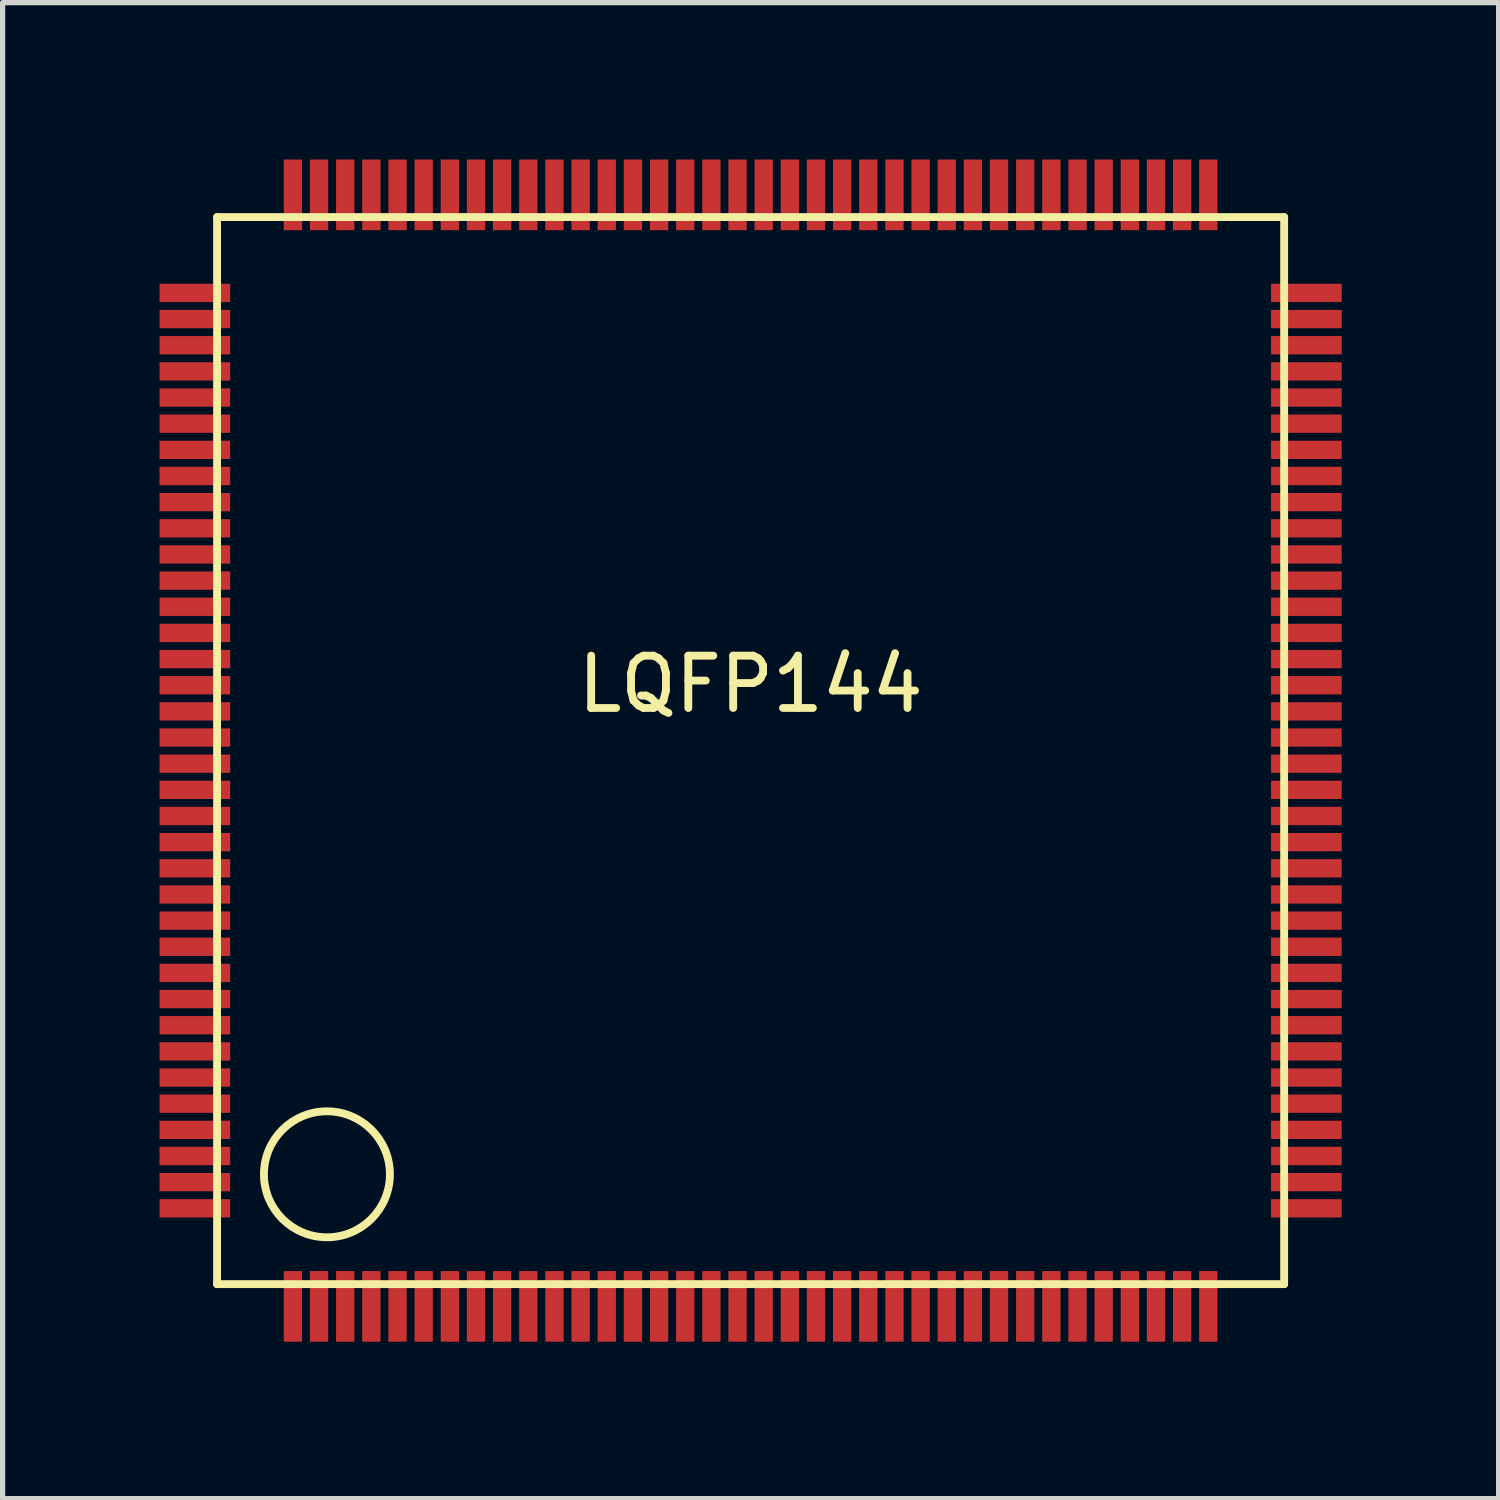
<source format=kicad_pcb>
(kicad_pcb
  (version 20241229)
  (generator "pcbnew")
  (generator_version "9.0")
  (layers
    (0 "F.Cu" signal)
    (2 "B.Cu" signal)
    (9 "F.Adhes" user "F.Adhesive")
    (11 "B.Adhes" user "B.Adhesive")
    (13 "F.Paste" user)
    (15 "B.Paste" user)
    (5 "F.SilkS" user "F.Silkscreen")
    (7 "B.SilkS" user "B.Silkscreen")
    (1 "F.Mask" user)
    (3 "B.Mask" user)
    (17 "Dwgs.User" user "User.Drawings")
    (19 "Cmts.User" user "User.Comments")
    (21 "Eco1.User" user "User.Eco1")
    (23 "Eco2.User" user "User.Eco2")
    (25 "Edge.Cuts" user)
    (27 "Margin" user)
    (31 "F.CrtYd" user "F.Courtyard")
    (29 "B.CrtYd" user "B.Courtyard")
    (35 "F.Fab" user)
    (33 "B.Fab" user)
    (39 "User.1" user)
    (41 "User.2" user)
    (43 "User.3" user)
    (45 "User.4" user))
  (footprint "LQFP144"
    (layer "F.Cu")
    (at 11.3 11.3)
    (property "Reference" "LQFP144" (at 0 -1.27 0) (layer "F.SilkS") (effects (font (size 1 1) (thickness 0.15))))
    (attr through_hole)
    (fp_line (start -10.2 -10.2) (end 10.2 -10.2) (stroke (width 0.15) (type solid)) (layer "F.SilkS"))
    (fp_line (start -10.2 10.2) (end -10.2 -10.2) (stroke (width 0.15) (type solid)) (layer "F.SilkS"))
    (fp_line (start 10.2 -10.2) (end 10.2 10.2) (stroke (width 0.15) (type solid)) (layer "F.SilkS"))
    (fp_line (start 10.2 10.2) (end -10.2 10.2) (stroke (width 0.15) (type solid)) (layer "F.SilkS"))
    (fp_circle (center -8.1 8.1) (end -7.3 9) (stroke (width 0.15) (type solid)) (fill no) (layer "F.SilkS"))
    (pad "1" smd rect (at -8.75 10.625) (size 0.35 1.35) (layers "F.Cu" "F.Mask" "F.Paste"))
    (pad "2" smd rect (at -8.25 10.625) (size 0.35 1.35) (layers "F.Cu" "F.Mask" "F.Paste"))
    (pad "3" smd rect (at -7.75 10.625) (size 0.35 1.35) (layers "F.Cu" "F.Mask" "F.Paste"))
    (pad "4" smd rect (at -7.25 10.625) (size 0.35 1.35) (layers "F.Cu" "F.Mask" "F.Paste"))
    (pad "5" smd rect (at -6.75 10.625) (size 0.35 1.35) (layers "F.Cu" "F.Mask" "F.Paste"))
    (pad "6" smd rect (at -6.25 10.625) (size 0.35 1.35) (layers "F.Cu" "F.Mask" "F.Paste"))
    (pad "7" smd rect (at -5.75 10.625) (size 0.35 1.35) (layers "F.Cu" "F.Mask" "F.Paste"))
    (pad "8" smd rect (at -5.25 10.625) (size 0.35 1.35) (layers "F.Cu" "F.Mask" "F.Paste"))
    (pad "9" smd rect (at -4.75 10.625) (size 0.35 1.35) (layers "F.Cu" "F.Mask" "F.Paste"))
    (pad "10" smd rect (at -4.25 10.625) (size 0.35 1.35) (layers "F.Cu" "F.Mask" "F.Paste"))
    (pad "11" smd rect (at -3.75 10.625) (size 0.35 1.35) (layers "F.Cu" "F.Mask" "F.Paste"))
    (pad "12" smd rect (at -3.25 10.625) (size 0.35 1.35) (layers "F.Cu" "F.Mask" "F.Paste"))
    (pad "13" smd rect (at -2.75 10.625) (size 0.35 1.35) (layers "F.Cu" "F.Mask" "F.Paste"))
    (pad "14" smd rect (at -2.25 10.625) (size 0.35 1.35) (layers "F.Cu" "F.Mask" "F.Paste"))
    (pad "15" smd rect (at -1.75 10.625) (size 0.35 1.35) (layers "F.Cu" "F.Mask" "F.Paste"))
    (pad "16" smd rect (at -1.25 10.625) (size 0.35 1.35) (layers "F.Cu" "F.Mask" "F.Paste"))
    (pad "17" smd rect (at -0.75 10.625) (size 0.35 1.35) (layers "F.Cu" "F.Mask" "F.Paste"))
    (pad "18" smd rect (at -0.25 10.625) (size 0.35 1.35) (layers "F.Cu" "F.Mask" "F.Paste"))
    (pad "19" smd rect (at 0.25 10.625) (size 0.35 1.35) (layers "F.Cu" "F.Mask" "F.Paste"))
    (pad "20" smd rect (at 0.75 10.625) (size 0.35 1.35) (layers "F.Cu" "F.Mask" "F.Paste"))
    (pad "21" smd rect (at 1.25 10.625) (size 0.35 1.35) (layers "F.Cu" "F.Mask" "F.Paste"))
    (pad "22" smd rect (at 1.75 10.625) (size 0.35 1.35) (layers "F.Cu" "F.Mask" "F.Paste"))
    (pad "23" smd rect (at 2.25 10.625) (size 0.35 1.35) (layers "F.Cu" "F.Mask" "F.Paste"))
    (pad "24" smd rect (at 2.75 10.625) (size 0.35 1.35) (layers "F.Cu" "F.Mask" "F.Paste"))
    (pad "25" smd rect (at 3.25 10.625) (size 0.35 1.35) (layers "F.Cu" "F.Mask" "F.Paste"))
    (pad "26" smd rect (at 3.75 10.625) (size 0.35 1.35) (layers "F.Cu" "F.Mask" "F.Paste"))
    (pad "27" smd rect (at 4.25 10.625) (size 0.35 1.35) (layers "F.Cu" "F.Mask" "F.Paste"))
    (pad "28" smd rect (at 4.75 10.625) (size 0.35 1.35) (layers "F.Cu" "F.Mask" "F.Paste"))
    (pad "29" smd rect (at 5.25 10.625) (size 0.35 1.35) (layers "F.Cu" "F.Mask" "F.Paste"))
    (pad "30" smd rect (at 5.75 10.625) (size 0.35 1.35) (layers "F.Cu" "F.Mask" "F.Paste"))
    (pad "31" smd rect (at 6.25 10.625) (size 0.35 1.35) (layers "F.Cu" "F.Mask" "F.Paste"))
    (pad "32" smd rect (at 6.75 10.625) (size 0.35 1.35) (layers "F.Cu" "F.Mask" "F.Paste"))
    (pad "33" smd rect (at 7.25 10.625) (size 0.35 1.35) (layers "F.Cu" "F.Mask" "F.Paste"))
    (pad "34" smd rect (at 7.75 10.625) (size 0.35 1.35) (layers "F.Cu" "F.Mask" "F.Paste"))
    (pad "35" smd rect (at 8.25 10.625) (size 0.35 1.35) (layers "F.Cu" "F.Mask" "F.Paste"))
    (pad "36" smd rect (at 8.75 10.625) (size 0.35 1.35) (layers "F.Cu" "F.Mask" "F.Paste"))
    (pad "37" smd rect (at 10.625 8.75) (size 1.35 0.35) (layers "F.Cu" "F.Mask" "F.Paste"))
    (pad "38" smd rect (at 10.625 8.25) (size 1.35 0.35) (layers "F.Cu" "F.Mask" "F.Paste"))
    (pad "39" smd rect (at 10.625 7.75) (size 1.35 0.35) (layers "F.Cu" "F.Mask" "F.Paste"))
    (pad "40" smd rect (at 10.625 7.25) (size 1.35 0.35) (layers "F.Cu" "F.Mask" "F.Paste"))
    (pad "41" smd rect (at 10.625 6.75) (size 1.35 0.35) (layers "F.Cu" "F.Mask" "F.Paste"))
    (pad "42" smd rect (at 10.625 6.25) (size 1.35 0.35) (layers "F.Cu" "F.Mask" "F.Paste"))
    (pad "43" smd rect (at 10.625 5.75) (size 1.35 0.35) (layers "F.Cu" "F.Mask" "F.Paste"))
    (pad "44" smd rect (at 10.625 5.25) (size 1.35 0.35) (layers "F.Cu" "F.Mask" "F.Paste"))
    (pad "45" smd rect (at 10.625 4.75) (size 1.35 0.35) (layers "F.Cu" "F.Mask" "F.Paste"))
    (pad "46" smd rect (at 10.625 4.25) (size 1.35 0.35) (layers "F.Cu" "F.Mask" "F.Paste"))
    (pad "47" smd rect (at 10.625 3.75) (size 1.35 0.35) (layers "F.Cu" "F.Mask" "F.Paste"))
    (pad "48" smd rect (at 10.625 3.25) (size 1.35 0.35) (layers "F.Cu" "F.Mask" "F.Paste"))
    (pad "49" smd rect (at 10.625 2.75) (size 1.35 0.35) (layers "F.Cu" "F.Mask" "F.Paste"))
    (pad "50" smd rect (at 10.625 2.25) (size 1.35 0.35) (layers "F.Cu" "F.Mask" "F.Paste"))
    (pad "51" smd rect (at 10.625 1.75) (size 1.35 0.35) (layers "F.Cu" "F.Mask" "F.Paste"))
    (pad "52" smd rect (at 10.625 1.25) (size 1.35 0.35) (layers "F.Cu" "F.Mask" "F.Paste"))
    (pad "53" smd rect (at 10.625 0.75) (size 1.35 0.35) (layers "F.Cu" "F.Mask" "F.Paste"))
    (pad "54" smd rect (at 10.625 0.25) (size 1.35 0.35) (layers "F.Cu" "F.Mask" "F.Paste"))
    (pad "55" smd rect (at 10.625 -0.25) (size 1.35 0.35) (layers "F.Cu" "F.Mask" "F.Paste"))
    (pad "56" smd rect (at 10.625 -0.75) (size 1.35 0.35) (layers "F.Cu" "F.Mask" "F.Paste"))
    (pad "57" smd rect (at 10.625 -1.25) (size 1.35 0.35) (layers "F.Cu" "F.Mask" "F.Paste"))
    (pad "58" smd rect (at 10.625 -1.75) (size 1.35 0.35) (layers "F.Cu" "F.Mask" "F.Paste"))
    (pad "59" smd rect (at 10.625 -2.25) (size 1.35 0.35) (layers "F.Cu" "F.Mask" "F.Paste"))
    (pad "60" smd rect (at 10.625 -2.75) (size 1.35 0.35) (layers "F.Cu" "F.Mask" "F.Paste"))
    (pad "61" smd rect (at 10.625 -3.25) (size 1.35 0.35) (layers "F.Cu" "F.Mask" "F.Paste"))
    (pad "62" smd rect (at 10.625 -3.75) (size 1.35 0.35) (layers "F.Cu" "F.Mask" "F.Paste"))
    (pad "63" smd rect (at 10.625 -4.25) (size 1.35 0.35) (layers "F.Cu" "F.Mask" "F.Paste"))
    (pad "64" smd rect (at 10.625 -4.75) (size 1.35 0.35) (layers "F.Cu" "F.Mask" "F.Paste"))
    (pad "65" smd rect (at 10.625 -5.25) (size 1.35 0.35) (layers "F.Cu" "F.Mask" "F.Paste"))
    (pad "66" smd rect (at 10.625 -5.75) (size 1.35 0.35) (layers "F.Cu" "F.Mask" "F.Paste"))
    (pad "67" smd rect (at 10.625 -6.25) (size 1.35 0.35) (layers "F.Cu" "F.Mask" "F.Paste"))
    (pad "68" smd rect (at 10.625 -6.75) (size 1.35 0.35) (layers "F.Cu" "F.Mask" "F.Paste"))
    (pad "69" smd rect (at 10.625 -7.25) (size 1.35 0.35) (layers "F.Cu" "F.Mask" "F.Paste"))
    (pad "70" smd rect (at 10.625 -7.75) (size 1.35 0.35) (layers "F.Cu" "F.Mask" "F.Paste"))
    (pad "71" smd rect (at 10.625 -8.25) (size 1.35 0.35) (layers "F.Cu" "F.Mask" "F.Paste"))
    (pad "72" smd rect (at 10.625 -8.75) (size 1.35 0.35) (layers "F.Cu" "F.Mask" "F.Paste"))
    (pad "73" smd rect (at 8.75 -10.625) (size 0.35 1.35) (layers "F.Cu" "F.Mask" "F.Paste"))
    (pad "74" smd rect (at 8.25 -10.625) (size 0.35 1.35) (layers "F.Cu" "F.Mask" "F.Paste"))
    (pad "75" smd rect (at 7.75 -10.625) (size 0.35 1.35) (layers "F.Cu" "F.Mask" "F.Paste"))
    (pad "76" smd rect (at 7.25 -10.625) (size 0.35 1.35) (layers "F.Cu" "F.Mask" "F.Paste"))
    (pad "77" smd rect (at 6.75 -10.625) (size 0.35 1.35) (layers "F.Cu" "F.Mask" "F.Paste"))
    (pad "78" smd rect (at 6.25 -10.625) (size 0.35 1.35) (layers "F.Cu" "F.Mask" "F.Paste"))
    (pad "79" smd rect (at 5.75 -10.625) (size 0.35 1.35) (layers "F.Cu" "F.Mask" "F.Paste"))
    (pad "80" smd rect (at 5.25 -10.625) (size 0.35 1.35) (layers "F.Cu" "F.Mask" "F.Paste"))
    (pad "81" smd rect (at 4.75 -10.625) (size 0.35 1.35) (layers "F.Cu" "F.Mask" "F.Paste"))
    (pad "82" smd rect (at 4.25 -10.625) (size 0.35 1.35) (layers "F.Cu" "F.Mask" "F.Paste"))
    (pad "83" smd rect (at 3.75 -10.625) (size 0.35 1.35) (layers "F.Cu" "F.Mask" "F.Paste"))
    (pad "84" smd rect (at 3.25 -10.625) (size 0.35 1.35) (layers "F.Cu" "F.Mask" "F.Paste"))
    (pad "85" smd rect (at 2.75 -10.625) (size 0.35 1.35) (layers "F.Cu" "F.Mask" "F.Paste"))
    (pad "86" smd rect (at 2.25 -10.625) (size 0.35 1.35) (layers "F.Cu" "F.Mask" "F.Paste"))
    (pad "87" smd rect (at 1.75 -10.625) (size 0.35 1.35) (layers "F.Cu" "F.Mask" "F.Paste"))
    (pad "88" smd rect (at 1.25 -10.625) (size 0.35 1.35) (layers "F.Cu" "F.Mask" "F.Paste"))
    (pad "89" smd rect (at 0.75 -10.625) (size 0.35 1.35) (layers "F.Cu" "F.Mask" "F.Paste"))
    (pad "90" smd rect (at 0.25 -10.625) (size 0.35 1.35) (layers "F.Cu" "F.Mask" "F.Paste"))
    (pad "91" smd rect (at -0.25 -10.625) (size 0.35 1.35) (layers "F.Cu" "F.Mask" "F.Paste"))
    (pad "92" smd rect (at -0.75 -10.625) (size 0.35 1.35) (layers "F.Cu" "F.Mask" "F.Paste"))
    (pad "93" smd rect (at -1.25 -10.625) (size 0.35 1.35) (layers "F.Cu" "F.Mask" "F.Paste"))
    (pad "94" smd rect (at -1.75 -10.625) (size 0.35 1.35) (layers "F.Cu" "F.Mask" "F.Paste"))
    (pad "95" smd rect (at -2.25 -10.625) (size 0.35 1.35) (layers "F.Cu" "F.Mask" "F.Paste"))
    (pad "96" smd rect (at -2.75 -10.625) (size 0.35 1.35) (layers "F.Cu" "F.Mask" "F.Paste"))
    (pad "97" smd rect (at -3.25 -10.625) (size 0.35 1.35) (layers "F.Cu" "F.Mask" "F.Paste"))
    (pad "98" smd rect (at -3.75 -10.625) (size 0.35 1.35) (layers "F.Cu" "F.Mask" "F.Paste"))
    (pad "99" smd rect (at -4.25 -10.625) (size 0.35 1.35) (layers "F.Cu" "F.Mask" "F.Paste"))
    (pad "100" smd rect (at -4.75 -10.625) (size 0.35 1.35) (layers "F.Cu" "F.Mask" "F.Paste"))
    (pad "101" smd rect (at -5.25 -10.625) (size 0.35 1.35) (layers "F.Cu" "F.Mask" "F.Paste"))
    (pad "102" smd rect (at -5.75 -10.625) (size 0.35 1.35) (layers "F.Cu" "F.Mask" "F.Paste"))
    (pad "103" smd rect (at -6.25 -10.625) (size 0.35 1.35) (layers "F.Cu" "F.Mask" "F.Paste"))
    (pad "104" smd rect (at -6.75 -10.625) (size 0.35 1.35) (layers "F.Cu" "F.Mask" "F.Paste"))
    (pad "105" smd rect (at -7.25 -10.625) (size 0.35 1.35) (layers "F.Cu" "F.Mask" "F.Paste"))
    (pad "106" smd rect (at -7.75 -10.625) (size 0.35 1.35) (layers "F.Cu" "F.Mask" "F.Paste"))
    (pad "107" smd rect (at -8.25 -10.625) (size 0.35 1.35) (layers "F.Cu" "F.Mask" "F.Paste"))
    (pad "108" smd rect (at -8.75 -10.625) (size 0.35 1.35) (layers "F.Cu" "F.Mask" "F.Paste"))
    (pad "109" smd rect (at -10.625 -8.75) (size 1.35 0.35) (layers "F.Cu" "F.Mask" "F.Paste"))
    (pad "110" smd rect (at -10.625 -8.25) (size 1.35 0.35) (layers "F.Cu" "F.Mask" "F.Paste"))
    (pad "111" smd rect (at -10.625 -7.75) (size 1.35 0.35) (layers "F.Cu" "F.Mask" "F.Paste"))
    (pad "112" smd rect (at -10.625 -7.25) (size 1.35 0.35) (layers "F.Cu" "F.Mask" "F.Paste"))
    (pad "113" smd rect (at -10.625 -6.75) (size 1.35 0.35) (layers "F.Cu" "F.Mask" "F.Paste"))
    (pad "114" smd rect (at -10.625 -6.25) (size 1.35 0.35) (layers "F.Cu" "F.Mask" "F.Paste"))
    (pad "115" smd rect (at -10.625 -5.75) (size 1.35 0.35) (layers "F.Cu" "F.Mask" "F.Paste"))
    (pad "116" smd rect (at -10.625 -5.25) (size 1.35 0.35) (layers "F.Cu" "F.Mask" "F.Paste"))
    (pad "117" smd rect (at -10.625 -4.75) (size 1.35 0.35) (layers "F.Cu" "F.Mask" "F.Paste"))
    (pad "118" smd rect (at -10.625 -4.25) (size 1.35 0.35) (layers "F.Cu" "F.Mask" "F.Paste"))
    (pad "119" smd rect (at -10.625 -3.75) (size 1.35 0.35) (layers "F.Cu" "F.Mask" "F.Paste"))
    (pad "120" smd rect (at -10.625 -3.25) (size 1.35 0.35) (layers "F.Cu" "F.Mask" "F.Paste"))
    (pad "121" smd rect (at -10.625 -2.75) (size 1.35 0.35) (layers "F.Cu" "F.Mask" "F.Paste"))
    (pad "122" smd rect (at -10.625 -2.25) (size 1.35 0.35) (layers "F.Cu" "F.Mask" "F.Paste"))
    (pad "123" smd rect (at -10.625 -1.75) (size 1.35 0.35) (layers "F.Cu" "F.Mask" "F.Paste"))
    (pad "124" smd rect (at -10.625 -1.25) (size 1.35 0.35) (layers "F.Cu" "F.Mask" "F.Paste"))
    (pad "125" smd rect (at -10.625 -0.75) (size 1.35 0.35) (layers "F.Cu" "F.Mask" "F.Paste"))
    (pad "126" smd rect (at -10.625 -0.25) (size 1.35 0.35) (layers "F.Cu" "F.Mask" "F.Paste"))
    (pad "127" smd rect (at -10.625 0.25) (size 1.35 0.35) (layers "F.Cu" "F.Mask" "F.Paste"))
    (pad "128" smd rect (at -10.625 0.75) (size 1.35 0.35) (layers "F.Cu" "F.Mask" "F.Paste"))
    (pad "129" smd rect (at -10.625 1.25) (size 1.35 0.35) (layers "F.Cu" "F.Mask" "F.Paste"))
    (pad "130" smd rect (at -10.625 1.75) (size 1.35 0.35) (layers "F.Cu" "F.Mask" "F.Paste"))
    (pad "131" smd rect (at -10.625 2.25) (size 1.35 0.35) (layers "F.Cu" "F.Mask" "F.Paste"))
    (pad "132" smd rect (at -10.625 2.75) (size 1.35 0.35) (layers "F.Cu" "F.Mask" "F.Paste"))
    (pad "133" smd rect (at -10.625 3.25) (size 1.35 0.35) (layers "F.Cu" "F.Mask" "F.Paste"))
    (pad "134" smd rect (at -10.625 3.75) (size 1.35 0.35) (layers "F.Cu" "F.Mask" "F.Paste"))
    (pad "135" smd rect (at -10.625 4.25) (size 1.35 0.35) (layers "F.Cu" "F.Mask" "F.Paste"))
    (pad "136" smd rect (at -10.625 4.75) (size 1.35 0.35) (layers "F.Cu" "F.Mask" "F.Paste"))
    (pad "137" smd rect (at -10.625 5.25) (size 1.35 0.35) (layers "F.Cu" "F.Mask" "F.Paste"))
    (pad "138" smd rect (at -10.625 5.75) (size 1.35 0.35) (layers "F.Cu" "F.Mask" "F.Paste"))
    (pad "139" smd rect (at -10.625 6.25) (size 1.35 0.35) (layers "F.Cu" "F.Mask" "F.Paste"))
    (pad "140" smd rect (at -10.625 6.75) (size 1.35 0.35) (layers "F.Cu" "F.Mask" "F.Paste"))
    (pad "141" smd rect (at -10.625 7.25) (size 1.35 0.35) (layers "F.Cu" "F.Mask" "F.Paste"))
    (pad "142" smd rect (at -10.625 7.75) (size 1.35 0.35) (layers "F.Cu" "F.Mask" "F.Paste"))
    (pad "143" smd rect (at -10.625 8.25) (size 1.35 0.35) (layers "F.Cu" "F.Mask" "F.Paste"))
    (pad "144" smd rect (at -10.625 8.75) (size 1.35 0.35) (layers "F.Cu" "F.Mask" "F.Paste")))
  (gr_rect
    (start -3 -3)
    (end 25.6 25.6)
    (stroke (width 0.1) (type default))
    (fill no)
    (layer "Edge.Cuts")))
</source>
